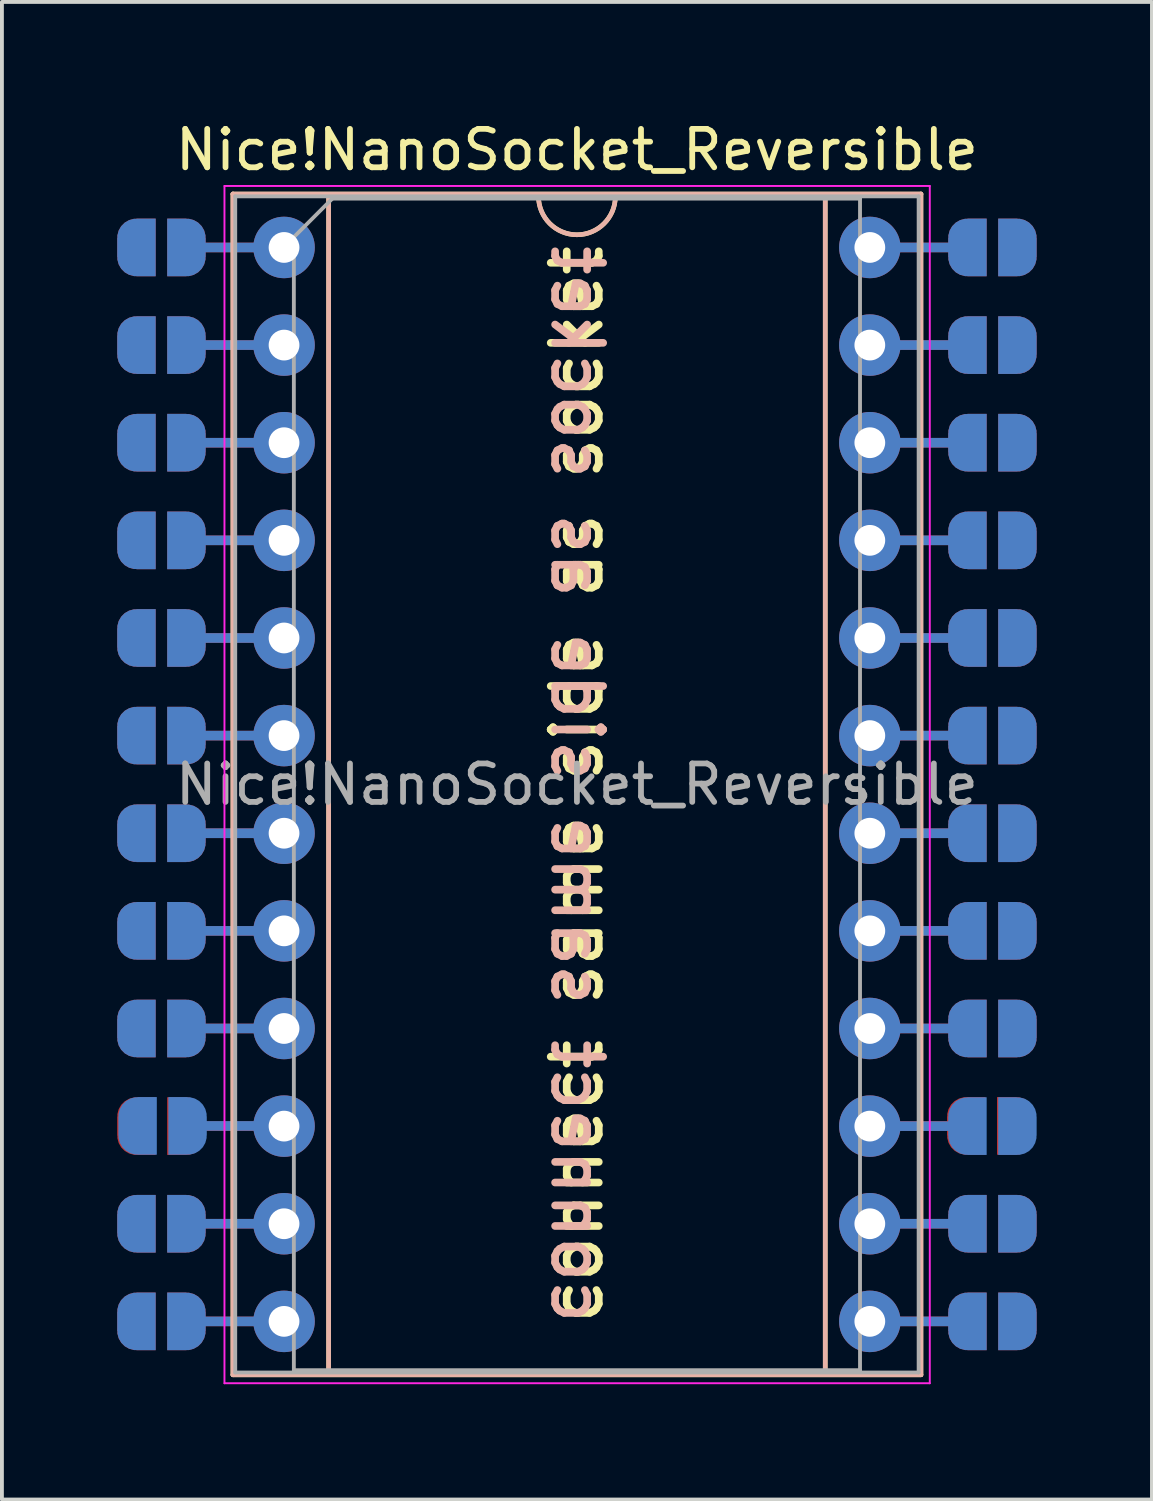
<source format=kicad_pcb>
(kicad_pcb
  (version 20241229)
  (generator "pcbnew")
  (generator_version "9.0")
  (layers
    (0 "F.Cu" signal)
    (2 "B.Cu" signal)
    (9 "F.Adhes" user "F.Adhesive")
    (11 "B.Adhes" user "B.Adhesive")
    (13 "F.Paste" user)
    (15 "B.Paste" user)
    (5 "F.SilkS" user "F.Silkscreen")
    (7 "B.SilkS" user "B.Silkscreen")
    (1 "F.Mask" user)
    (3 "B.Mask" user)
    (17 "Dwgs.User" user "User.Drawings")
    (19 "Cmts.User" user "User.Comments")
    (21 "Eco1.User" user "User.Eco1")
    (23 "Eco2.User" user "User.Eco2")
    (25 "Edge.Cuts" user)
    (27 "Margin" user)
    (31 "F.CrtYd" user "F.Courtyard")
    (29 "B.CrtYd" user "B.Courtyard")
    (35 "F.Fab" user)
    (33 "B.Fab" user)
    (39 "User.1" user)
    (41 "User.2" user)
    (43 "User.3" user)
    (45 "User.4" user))
  (footprint "Nice!NanoSocket_Reversible"
    (layer "F.Cu")
    (at 11.96 17.358)
    (property "Reference" "Nice!NanoSocket_Reversible" (at 0 -16.51 0) (unlocked yes) (layer "F.SilkS") (effects (font (size 1 1) (thickness 0.15))))
    (attr through_hole)
    (fp_line (start -8.95 -15.36) (end -8.95 15.36) (stroke (width 0.12) (type solid)) (layer "F.SilkS"))
    (fp_line (start -8.95 15.36) (end 8.95 15.36) (stroke (width 0.12) (type solid)) (layer "F.SilkS"))
    (fp_line (start -6.46 -15.3) (end -6.46 15.3) (stroke (width 0.12) (type solid)) (layer "F.SilkS"))
    (fp_line (start -6.46 15.3) (end 6.46 15.3) (stroke (width 0.12) (type solid)) (layer "F.SilkS"))
    (fp_line (start -1 -15.3) (end -6.46 -15.3) (stroke (width 0.12) (type solid)) (layer "F.SilkS"))
    (fp_line (start 6.46 -15.3) (end 1 -15.3) (stroke (width 0.12) (type solid)) (layer "F.SilkS"))
    (fp_line (start 6.46 15.3) (end 6.46 -15.3) (stroke (width 0.12) (type solid)) (layer "F.SilkS"))
    (fp_line (start 8.95 -15.36) (end -8.95 -15.36) (stroke (width 0.12) (type solid)) (layer "F.SilkS"))
    (fp_line (start 8.95 15.36) (end 8.95 -15.36) (stroke (width 0.12) (type solid)) (layer "F.SilkS"))
    (fp_arc (start 1 -15.3) (mid 0 -14.3) (end -1 -15.3) (stroke (width 0.12) (type solid)) (layer "F.SilkS"))
    (fp_line (start -8.95 -15.36) (end 8.95 -15.36) (stroke (width 0.12) (type solid)) (layer "B.SilkS"))
    (fp_line (start -8.95 15.36) (end -8.95 -15.36) (stroke (width 0.12) (type solid)) (layer "B.SilkS"))
    (fp_line (start -6.46 -15.3) (end -1 -15.3) (stroke (width 0.12) (type solid)) (layer "B.SilkS"))
    (fp_line (start -6.46 15.3) (end -6.46 -15.3) (stroke (width 0.12) (type solid)) (layer "B.SilkS"))
    (fp_line (start 1 -15.3) (end 6.46 -15.3) (stroke (width 0.12) (type solid)) (layer "B.SilkS"))
    (fp_line (start 6.46 -15.3) (end 6.46 15.3) (stroke (width 0.12) (type solid)) (layer "B.SilkS"))
    (fp_line (start 6.46 15.3) (end -6.46 15.3) (stroke (width 0.12) (type solid)) (layer "B.SilkS"))
    (fp_line (start 8.95 -15.36) (end 8.95 15.36) (stroke (width 0.12) (type solid)) (layer "B.SilkS"))
    (fp_line (start 8.95 15.36) (end -8.95 15.36) (stroke (width 0.12) (type solid)) (layer "B.SilkS"))
    (fp_arc (start 1 -15.3) (mid 0 -14.3) (end -1 -15.3) (stroke (width 0.12) (type solid)) (layer "B.SilkS"))
    (fp_line (start -9.17 -15.57) (end -9.17 15.58) (stroke (width 0.05) (type solid)) (layer "F.CrtYd"))
    (fp_line (start -9.17 15.58) (end 9.18 15.58) (stroke (width 0.05) (type solid)) (layer "F.CrtYd"))
    (fp_line (start 9.18 -15.57) (end -9.17 -15.57) (stroke (width 0.05) (type solid)) (layer "F.CrtYd"))
    (fp_line (start 9.18 15.58) (end 9.18 -15.57) (stroke (width 0.05) (type solid)) (layer "F.CrtYd"))
    (fp_line (start -8.89 -15.3) (end -8.89 15.3) (stroke (width 0.1) (type solid)) (layer "F.Fab"))
    (fp_line (start -8.89 15.3) (end 8.89 15.3) (stroke (width 0.1) (type solid)) (layer "F.Fab"))
    (fp_line (start -7.365 -14.24) (end -6.365 -15.24) (stroke (width 0.1) (type solid)) (layer "F.Fab"))
    (fp_line (start -7.365 15.24) (end -7.365 -14.24) (stroke (width 0.1) (type solid)) (layer "F.Fab"))
    (fp_line (start -6.365 -15.24) (end 7.365 -15.24) (stroke (width 0.1) (type solid)) (layer "F.Fab"))
    (fp_line (start 7.365 -15.24) (end 7.365 15.24) (stroke (width 0.1) (type solid)) (layer "F.Fab"))
    (fp_line (start 7.365 15.24) (end -7.365 15.24) (stroke (width 0.1) (type solid)) (layer "F.Fab"))
    (fp_line (start 8.89 -15.3) (end -8.89 -15.3) (stroke (width 0.1) (type solid)) (layer "F.Fab"))
    (fp_line (start 8.89 15.3) (end 8.89 -15.3) (stroke (width 0.1) (type solid)) (layer "F.Fab"))
    (fp_text user "connect same side as socket" (at 0 0 90) (unlocked yes) (layer "F.SilkS") (effects (font (size 1.25 1.25) (thickness 0.2))))
    (fp_text user "connect same side as socket" (at 0 0 270) (unlocked yes) (layer "B.SilkS") (effects (font (size 1.25 1.25) (thickness 0.2)) (justify mirror)))
    (fp_text user "${REFERENCE}" (at 0 0 0) (layer "F.Fab") (effects (font (size 1 1) (thickness 0.15))))
    (pad "" smd custom (at -10.16 -13.97 180) (size 1 0.5) (layers "F.Cu" "F.Mask") (options (anchor rect)) (primitives (gr_circle (center 0 0.25) (end 0.5 0.25) (width 0) (fill yes)) (gr_circle (center 0 -0.25) (end 0.5 -0.25) (width 0) (fill yes)) (gr_poly (pts (xy 0.5 0.75) (xy 0 0.75) (xy 0 -0.75) (xy 0.5 -0.75)) (width 0) (fill yes)) (gr_line (start -2.54 0) (end 0 0) (width 0.25))))
    (pad "" smd custom (at -10.16 -13.97) (size 1 0.5) (layers "B.Cu" "B.Mask") (options (anchor rect)) (primitives (gr_circle (center 0 0.25) (end 0.5 0.25) (width 0) (fill yes)) (gr_circle (center 0 -0.25) (end 0.5 -0.25) (width 0) (fill yes)) (gr_poly (pts (xy -0.5 0.75) (xy 0 0.75) (xy 0 -0.75) (xy -0.5 -0.75)) (width 0) (fill yes)) (gr_line (start 2.54 0) (end 0 0) (width 0.25))))
    (pad "" smd custom (at -10.16 -11.43 180) (size 1 0.5) (layers "F.Cu" "F.Mask") (options (anchor rect)) (primitives (gr_circle (center 0 0.25) (end 0.5 0.25) (width 0) (fill yes)) (gr_circle (center 0 -0.25) (end 0.5 -0.25) (width 0) (fill yes)) (gr_poly (pts (xy 0.5 0.75) (xy 0 0.75) (xy 0 -0.75) (xy 0.5 -0.75)) (width 0) (fill yes)) (gr_line (start -2.54 0) (end 0 0) (width 0.25))))
    (pad "" smd custom (at -10.16 -11.43) (size 1 0.5) (layers "B.Cu" "B.Mask") (options (anchor rect)) (primitives (gr_circle (center 0 0.25) (end 0.5 0.25) (width 0) (fill yes)) (gr_circle (center 0 -0.25) (end 0.5 -0.25) (width 0) (fill yes)) (gr_poly (pts (xy -0.5 0.75) (xy 0 0.75) (xy 0 -0.75) (xy -0.5 -0.75)) (width 0) (fill yes)) (gr_line (start 2.54 0) (end 0 0) (width 0.25))))
    (pad "" smd custom (at -10.16 -8.89 180) (size 1 0.5) (layers "F.Cu" "F.Mask") (options (anchor rect)) (primitives (gr_circle (center 0 0.25) (end 0.5 0.25) (width 0) (fill yes)) (gr_circle (center 0 -0.25) (end 0.5 -0.25) (width 0) (fill yes)) (gr_poly (pts (xy 0.5 0.75) (xy 0 0.75) (xy 0 -0.75) (xy 0.5 -0.75)) (width 0) (fill yes)) (gr_line (start -2.54 0) (end 0 0) (width 0.25))))
    (pad "" smd custom (at -10.16 -8.89) (size 1 0.5) (layers "B.Cu" "B.Mask") (options (anchor rect)) (primitives (gr_circle (center 0 0.25) (end 0.5 0.25) (width 0) (fill yes)) (gr_circle (center 0 -0.25) (end 0.5 -0.25) (width 0) (fill yes)) (gr_poly (pts (xy -0.5 0.75) (xy 0 0.75) (xy 0 -0.75) (xy -0.5 -0.75)) (width 0) (fill yes)) (gr_line (start 2.54 0) (end 0 0) (width 0.25))))
    (pad "" smd custom (at -10.16 -6.35 180) (size 1 0.5) (layers "F.Cu" "F.Mask") (options (anchor rect)) (primitives (gr_circle (center 0 0.25) (end 0.5 0.25) (width 0) (fill yes)) (gr_circle (center 0 -0.25) (end 0.5 -0.25) (width 0) (fill yes)) (gr_poly (pts (xy 0.5 0.75) (xy 0 0.75) (xy 0 -0.75) (xy 0.5 -0.75)) (width 0) (fill yes)) (gr_line (start -2.54 0) (end 0 0) (width 0.25))))
    (pad "" smd custom (at -10.16 -6.35) (size 1 0.5) (layers "B.Cu" "B.Mask") (options (anchor rect)) (primitives (gr_circle (center 0 0.25) (end 0.5 0.25) (width 0) (fill yes)) (gr_circle (center 0 -0.25) (end 0.5 -0.25) (width 0) (fill yes)) (gr_poly (pts (xy -0.5 0.75) (xy 0 0.75) (xy 0 -0.75) (xy -0.5 -0.75)) (width 0) (fill yes)) (gr_line (start 2.54 0) (end 0 0) (width 0.25))))
    (pad "" smd custom (at -10.16 -3.81 180) (size 1 0.5) (layers "F.Cu" "F.Mask") (options (anchor rect)) (primitives (gr_circle (center 0 0.25) (end 0.5 0.25) (width 0) (fill yes)) (gr_circle (center 0 -0.25) (end 0.5 -0.25) (width 0) (fill yes)) (gr_poly (pts (xy 0.5 0.75) (xy 0 0.75) (xy 0 -0.75) (xy 0.5 -0.75)) (width 0) (fill yes)) (gr_line (start -2.54 0) (end 0 0) (width 0.25))))
    (pad "" smd custom (at -10.16 -3.81) (size 1 0.5) (layers "B.Cu" "B.Mask") (options (anchor rect)) (primitives (gr_circle (center 0 0.25) (end 0.5 0.25) (width 0) (fill yes)) (gr_circle (center 0 -0.25) (end 0.5 -0.25) (width 0) (fill yes)) (gr_poly (pts (xy -0.5 0.75) (xy 0 0.75) (xy 0 -0.75) (xy -0.5 -0.75)) (width 0) (fill yes)) (gr_line (start 2.54 0) (end 0 0) (width 0.25))))
    (pad "" smd custom (at -10.16 -1.27 180) (size 1 0.5) (layers "F.Cu" "F.Mask") (options (anchor rect)) (primitives (gr_circle (center 0 0.25) (end 0.5 0.25) (width 0) (fill yes)) (gr_circle (center 0 -0.25) (end 0.5 -0.25) (width 0) (fill yes)) (gr_poly (pts (xy 0.5 0.75) (xy 0 0.75) (xy 0 -0.75) (xy 0.5 -0.75)) (width 0) (fill yes)) (gr_line (start -2.54 0) (end 0 0) (width 0.25))))
    (pad "" smd custom (at -10.16 -1.27) (size 1 0.5) (layers "B.Cu" "B.Mask") (options (anchor rect)) (primitives (gr_circle (center 0 0.25) (end 0.5 0.25) (width 0) (fill yes)) (gr_circle (center 0 -0.25) (end 0.5 -0.25) (width 0) (fill yes)) (gr_poly (pts (xy -0.5 0.75) (xy 0 0.75) (xy 0 -0.75) (xy -0.5 -0.75)) (width 0) (fill yes)) (gr_line (start 2.54 0) (end 0 0) (width 0.25))))
    (pad "" smd custom (at -10.16 1.27 180) (size 1 0.5) (layers "F.Cu" "F.Mask") (options (anchor rect)) (primitives (gr_circle (center 0 0.25) (end 0.5 0.25) (width 0) (fill yes)) (gr_circle (center 0 -0.25) (end 0.5 -0.25) (width 0) (fill yes)) (gr_poly (pts (xy 0.5 0.75) (xy 0 0.75) (xy 0 -0.75) (xy 0.5 -0.75)) (width 0) (fill yes)) (gr_line (start -2.54 0) (end 0 0) (width 0.25))))
    (pad "" smd custom (at -10.16 1.27) (size 1 0.5) (layers "B.Cu" "B.Mask") (options (anchor rect)) (primitives (gr_circle (center 0 0.25) (end 0.5 0.25) (width 0) (fill yes)) (gr_circle (center 0 -0.25) (end 0.5 -0.25) (width 0) (fill yes)) (gr_poly (pts (xy -0.5 0.75) (xy 0 0.75) (xy 0 -0.75) (xy -0.5 -0.75)) (width 0) (fill yes)) (gr_line (start 2.54 0) (end 0 0) (width 0.25))))
    (pad "" smd custom (at -10.16 3.81 180) (size 1 0.5) (layers "F.Cu" "F.Mask") (options (anchor rect)) (primitives (gr_circle (center 0 0.25) (end 0.5 0.25) (width 0) (fill yes)) (gr_circle (center 0 -0.25) (end 0.5 -0.25) (width 0) (fill yes)) (gr_poly (pts (xy 0.5 0.75) (xy 0 0.75) (xy 0 -0.75) (xy 0.5 -0.75)) (width 0) (fill yes)) (gr_line (start -2.54 0) (end 0 0) (width 0.25))))
    (pad "" smd custom (at -10.16 3.81) (size 1 0.5) (layers "B.Cu" "B.Mask") (options (anchor rect)) (primitives (gr_circle (center 0 0.25) (end 0.5 0.25) (width 0) (fill yes)) (gr_circle (center 0 -0.25) (end 0.5 -0.25) (width 0) (fill yes)) (gr_poly (pts (xy -0.5 0.75) (xy 0 0.75) (xy 0 -0.75) (xy -0.5 -0.75)) (width 0) (fill yes)) (gr_line (start 2.54 0) (end 0 0) (width 0.25))))
    (pad "" smd custom (at -10.16 6.35 180) (size 1 0.5) (layers "F.Cu" "F.Mask") (options (anchor rect)) (primitives (gr_circle (center 0 0.25) (end 0.5 0.25) (width 0) (fill yes)) (gr_circle (center 0 -0.25) (end 0.5 -0.25) (width 0) (fill yes)) (gr_poly (pts (xy 0.5 0.75) (xy 0 0.75) (xy 0 -0.75) (xy 0.5 -0.75)) (width 0) (fill yes)) (gr_line (start -2.54 0) (end 0 0) (width 0.25))))
    (pad "" smd custom (at -10.16 6.35) (size 1 0.5) (layers "B.Cu" "B.Mask") (options (anchor rect)) (primitives (gr_circle (center 0 0.25) (end 0.5 0.25) (width 0) (fill yes)) (gr_circle (center 0 -0.25) (end 0.5 -0.25) (width 0) (fill yes)) (gr_poly (pts (xy -0.5 0.75) (xy 0 0.75) (xy 0 -0.75) (xy -0.5 -0.75)) (width 0) (fill yes)) (gr_line (start 2.54 0) (end 0 0) (width 0.25))))
    (pad "" smd custom (at -10.16 8.89 180) (size 1 0.5) (layers "F.Cu" "F.Mask") (options (anchor rect)) (primitives (gr_circle (center 0 0.25) (end 0.5 0.25) (width 0) (fill yes)) (gr_circle (center 0 -0.25) (end 0.5 -0.25) (width 0) (fill yes)) (gr_poly (pts (xy 0.5 0.75) (xy 0 0.75) (xy 0 -0.75) (xy 0.5 -0.75)) (width 0) (fill yes)) (gr_line (start -2.54 0) (end 0 0) (width 0.25))))
    (pad "" smd custom (at -10.16 11.43 180) (size 1 0.5) (layers "F.Cu" "F.Mask") (options (anchor rect)) (primitives (gr_circle (center 0 0.25) (end 0.5 0.25) (width 0) (fill yes)) (gr_circle (center 0 -0.25) (end 0.5 -0.25) (width 0) (fill yes)) (gr_poly (pts (xy 0.5 0.75) (xy 0 0.75) (xy 0 -0.75) (xy 0.5 -0.75)) (width 0) (fill yes)) (gr_line (start -2.54 0) (end 0 0) (width 0.25))))
    (pad "" smd custom (at -10.16 11.43) (size 1 0.5) (layers "B.Cu" "B.Mask") (options (anchor rect)) (primitives (gr_circle (center 0 0.25) (end 0.5 0.25) (width 0) (fill yes)) (gr_circle (center 0 -0.25) (end 0.5 -0.25) (width 0) (fill yes)) (gr_poly (pts (xy -0.5 0.75) (xy 0 0.75) (xy 0 -0.75) (xy -0.5 -0.75)) (width 0) (fill yes)) (gr_line (start 2.54 0) (end 0 0) (width 0.25))))
    (pad "" smd custom (at -10.16 13.97 180) (size 1 0.5) (layers "F.Cu" "F.Mask") (options (anchor rect)) (primitives (gr_circle (center 0 0.25) (end 0.5 0.25) (width 0) (fill yes)) (gr_circle (center 0 -0.25) (end 0.5 -0.25) (width 0) (fill yes)) (gr_poly (pts (xy 0.5 0.75) (xy 0 0.75) (xy 0 -0.75) (xy 0.5 -0.75)) (width 0) (fill yes)) (gr_line (start -2.54 0) (end 0 0) (width 0.25))))
    (pad "" smd custom (at -10.16 13.97) (size 1 0.5) (layers "B.Cu" "B.Mask") (options (anchor rect)) (primitives (gr_circle (center 0 0.25) (end 0.5 0.25) (width 0) (fill yes)) (gr_circle (center 0 -0.25) (end 0.5 -0.25) (width 0) (fill yes)) (gr_poly (pts (xy -0.5 0.75) (xy 0 0.75) (xy 0 -0.75) (xy -0.5 -0.75)) (width 0) (fill yes)) (gr_line (start 2.54 0) (end 0 0) (width 0.25))))
    (pad "" smd custom (at -10.13 8.885) (size 1 0.5) (layers "B.Cu" "B.Mask") (options (anchor rect)) (primitives (gr_circle (center 0 0.25) (end 0.5 0.25) (width 0) (fill yes)) (gr_circle (center 0 -0.25) (end 0.5 -0.25) (width 0) (fill yes)) (gr_poly (pts (xy -0.5 0.75) (xy 0 0.75) (xy 0 -0.75) (xy -0.5 -0.75)) (width 0) (fill yes)) (gr_line (start 2.54 0) (end 0 0) (width 0.25))))
    (pad "" thru_hole circle (at -7.62 -13.97) (size 1.6 1.6) (drill 0.8) (layers "*.Cu" "*.Mask"))
    (pad "" thru_hole oval (at -7.62 -11.43) (size 1.6 1.6) (drill 0.8) (layers "*.Cu" "*.Mask"))
    (pad "" thru_hole oval (at -7.62 -8.89) (size 1.6 1.6) (drill 0.8) (layers "*.Cu" "*.Mask"))
    (pad "" thru_hole oval (at -7.62 -6.35) (size 1.6 1.6) (drill 0.8) (layers "*.Cu" "*.Mask"))
    (pad "" thru_hole oval (at -7.62 -3.81) (size 1.6 1.6) (drill 0.8) (layers "*.Cu" "*.Mask"))
    (pad "" thru_hole oval (at -7.62 -1.27) (size 1.6 1.6) (drill 0.8) (layers "*.Cu" "*.Mask"))
    (pad "" thru_hole oval (at -7.62 1.27) (size 1.6 1.6) (drill 0.8) (layers "*.Cu" "*.Mask"))
    (pad "" thru_hole oval (at -7.62 3.81) (size 1.6 1.6) (drill 0.8) (layers "*.Cu" "*.Mask"))
    (pad "" thru_hole oval (at -7.62 6.35) (size 1.6 1.6) (drill 0.8) (layers "*.Cu" "*.Mask"))
    (pad "" thru_hole oval (at -7.62 8.89) (size 1.6 1.6) (drill 0.8) (layers "*.Cu" "*.Mask"))
    (pad "" thru_hole oval (at -7.62 11.43) (size 1.6 1.6) (drill 0.8) (layers "*.Cu" "*.Mask"))
    (pad "" thru_hole oval (at -7.62 13.97) (size 1.6 1.6) (drill 0.8) (layers "*.Cu" "*.Mask"))
    (pad "" thru_hole oval (at 7.62 -13.97) (size 1.6 1.6) (drill 0.8) (layers "*.Cu" "*.Mask"))
    (pad "" thru_hole oval (at 7.62 -11.43) (size 1.6 1.6) (drill 0.8) (layers "*.Cu" "*.Mask"))
    (pad "" thru_hole oval (at 7.62 -8.89) (size 1.6 1.6) (drill 0.8) (layers "*.Cu" "*.Mask"))
    (pad "" thru_hole oval (at 7.62 -6.35) (size 1.6 1.6) (drill 0.8) (layers "*.Cu" "*.Mask"))
    (pad "" thru_hole oval (at 7.62 -3.81) (size 1.6 1.6) (drill 0.8) (layers "*.Cu" "*.Mask"))
    (pad "" thru_hole oval (at 7.62 -1.27) (size 1.6 1.6) (drill 0.8) (layers "*.Cu" "*.Mask"))
    (pad "" thru_hole oval (at 7.62 1.27) (size 1.6 1.6) (drill 0.8) (layers "*.Cu" "*.Mask"))
    (pad "" thru_hole oval (at 7.62 3.81) (size 1.6 1.6) (drill 0.8) (layers "*.Cu" "*.Mask"))
    (pad "" thru_hole oval (at 7.62 6.35) (size 1.6 1.6) (drill 0.8) (layers "*.Cu" "*.Mask"))
    (pad "" thru_hole oval (at 7.62 8.89) (size 1.6 1.6) (drill 0.8) (layers "*.Cu" "*.Mask"))
    (pad "" thru_hole oval (at 7.62 11.43) (size 1.6 1.6) (drill 0.8) (layers "*.Cu" "*.Mask"))
    (pad "" thru_hole oval (at 7.62 13.97) (size 1.6 1.6) (drill 0.8) (layers "*.Cu" "*.Mask"))
    (pad "" smd custom (at 10.13 8.885) (size 1 0.5) (layers "F.Cu" "F.Mask") (options (anchor rect)) (primitives (gr_circle (center 0 0.25) (end 0.5 0.25) (width 0) (fill yes)) (gr_circle (center 0 -0.25) (end 0.5 -0.25) (width 0) (fill yes)) (gr_poly (pts (xy 0.5 0.75) (xy 0 0.75) (xy 0 -0.75) (xy 0.5 -0.75)) (width 0) (fill yes)) (gr_line (start 0 0) (end -2.54 0) (width 0.25))))
    (pad "" smd custom (at 10.16 -13.97) (size 1 0.5) (layers "F.Cu" "F.Mask") (options (anchor rect)) (primitives (gr_circle (center 0 0.25) (end 0.5 0.25) (width 0) (fill yes)) (gr_circle (center 0 -0.25) (end 0.5 -0.25) (width 0) (fill yes)) (gr_poly (pts (xy 0.5 0.75) (xy 0 0.75) (xy 0 -0.75) (xy 0.5 -0.75)) (width 0) (fill yes)) (gr_line (start 0 0) (end -2.54 0) (width 0.25))))
    (pad "" smd custom (at 10.16 -13.97 180) (size 1 0.5) (layers "B.Cu" "B.Mask") (options (anchor rect)) (primitives (gr_circle (center 0 0.25) (end 0.5 0.25) (width 0) (fill yes)) (gr_circle (center 0 -0.25) (end 0.5 -0.25) (width 0) (fill yes)) (gr_poly (pts (xy -0.5 0.75) (xy 0 0.75) (xy 0 -0.75) (xy -0.5 -0.75)) (width 0) (fill yes)) (gr_line (start 0 0) (end 2.54 0) (width 0.25))))
    (pad "" smd custom (at 10.16 -11.43) (size 1 0.5) (layers "F.Cu" "F.Mask") (options (anchor rect)) (primitives (gr_circle (center 0 0.25) (end 0.5 0.25) (width 0) (fill yes)) (gr_circle (center 0 -0.25) (end 0.5 -0.25) (width 0) (fill yes)) (gr_poly (pts (xy 0.5 0.75) (xy 0 0.75) (xy 0 -0.75) (xy 0.5 -0.75)) (width 0) (fill yes)) (gr_line (start 0 0) (end -2.54 0) (width 0.25))))
    (pad "" smd custom (at 10.16 -11.43 180) (size 1 0.5) (layers "B.Cu" "B.Mask") (options (anchor rect)) (primitives (gr_circle (center 0 0.25) (end 0.5 0.25) (width 0) (fill yes)) (gr_circle (center 0 -0.25) (end 0.5 -0.25) (width 0) (fill yes)) (gr_poly (pts (xy -0.5 0.75) (xy 0 0.75) (xy 0 -0.75) (xy -0.5 -0.75)) (width 0) (fill yes)) (gr_line (start 0 0) (end 2.54 0) (width 0.25))))
    (pad "" smd custom (at 10.16 -8.89) (size 1 0.5) (layers "F.Cu" "F.Mask") (options (anchor rect)) (primitives (gr_circle (center 0 0.25) (end 0.5 0.25) (width 0) (fill yes)) (gr_circle (center 0 -0.25) (end 0.5 -0.25) (width 0) (fill yes)) (gr_poly (pts (xy 0.5 0.75) (xy 0 0.75) (xy 0 -0.75) (xy 0.5 -0.75)) (width 0) (fill yes)) (gr_line (start 0 0) (end -2.54 0) (width 0.25))))
    (pad "" smd custom (at 10.16 -8.89 180) (size 1 0.5) (layers "B.Cu" "B.Mask") (options (anchor rect)) (primitives (gr_circle (center 0 0.25) (end 0.5 0.25) (width 0) (fill yes)) (gr_circle (center 0 -0.25) (end 0.5 -0.25) (width 0) (fill yes)) (gr_poly (pts (xy -0.5 0.75) (xy 0 0.75) (xy 0 -0.75) (xy -0.5 -0.75)) (width 0) (fill yes)) (gr_line (start 0 0) (end 2.54 0) (width 0.25))))
    (pad "" smd custom (at 10.16 -6.35) (size 1 0.5) (layers "F.Cu" "F.Mask") (options (anchor rect)) (primitives (gr_circle (center 0 0.25) (end 0.5 0.25) (width 0) (fill yes)) (gr_circle (center 0 -0.25) (end 0.5 -0.25) (width 0) (fill yes)) (gr_poly (pts (xy 0.5 0.75) (xy 0 0.75) (xy 0 -0.75) (xy 0.5 -0.75)) (width 0) (fill yes)) (gr_line (start 0 0) (end -2.54 0) (width 0.25))))
    (pad "" smd custom (at 10.16 -6.35 180) (size 1 0.5) (layers "B.Cu" "B.Mask") (options (anchor rect)) (primitives (gr_circle (center 0 0.25) (end 0.5 0.25) (width 0) (fill yes)) (gr_circle (center 0 -0.25) (end 0.5 -0.25) (width 0) (fill yes)) (gr_poly (pts (xy -0.5 0.75) (xy 0 0.75) (xy 0 -0.75) (xy -0.5 -0.75)) (width 0) (fill yes)) (gr_line (start 0 0) (end 2.54 0) (width 0.25))))
    (pad "" smd custom (at 10.16 -3.81) (size 1 0.5) (layers "F.Cu" "F.Mask") (options (anchor rect)) (primitives (gr_circle (center 0 0.25) (end 0.5 0.25) (width 0) (fill yes)) (gr_circle (center 0 -0.25) (end 0.5 -0.25) (width 0) (fill yes)) (gr_poly (pts (xy 0.5 0.75) (xy 0 0.75) (xy 0 -0.75) (xy 0.5 -0.75)) (width 0) (fill yes)) (gr_line (start 0 0) (end -2.54 0) (width 0.25))))
    (pad "" smd custom (at 10.16 -3.81 180) (size 1 0.5) (layers "B.Cu" "B.Mask") (options (anchor rect)) (primitives (gr_circle (center 0 0.25) (end 0.5 0.25) (width 0) (fill yes)) (gr_circle (center 0 -0.25) (end 0.5 -0.25) (width 0) (fill yes)) (gr_poly (pts (xy -0.5 0.75) (xy 0 0.75) (xy 0 -0.75) (xy -0.5 -0.75)) (width 0) (fill yes)) (gr_line (start 0 0) (end 2.54 0) (width 0.25))))
    (pad "" smd custom (at 10.16 -1.27) (size 1 0.5) (layers "F.Cu" "F.Mask") (options (anchor rect)) (primitives (gr_circle (center 0 0.25) (end 0.5 0.25) (width 0) (fill yes)) (gr_circle (center 0 -0.25) (end 0.5 -0.25) (width 0) (fill yes)) (gr_poly (pts (xy 0.5 0.75) (xy 0 0.75) (xy 0 -0.75) (xy 0.5 -0.75)) (width 0) (fill yes)) (gr_line (start 0 0) (end -2.54 0) (width 0.25))))
    (pad "" smd custom (at 10.16 -1.27 180) (size 1 0.5) (layers "B.Cu" "B.Mask") (options (anchor rect)) (primitives (gr_circle (center 0 0.25) (end 0.5 0.25) (width 0) (fill yes)) (gr_circle (center 0 -0.25) (end 0.5 -0.25) (width 0) (fill yes)) (gr_poly (pts (xy -0.5 0.75) (xy 0 0.75) (xy 0 -0.75) (xy -0.5 -0.75)) (width 0) (fill yes)) (gr_line (start 0 0) (end 2.54 0) (width 0.25))))
    (pad "" smd custom (at 10.16 1.27) (size 1 0.5) (layers "F.Cu" "F.Mask") (options (anchor rect)) (primitives (gr_circle (center 0 0.25) (end 0.5 0.25) (width 0) (fill yes)) (gr_circle (center 0 -0.25) (end 0.5 -0.25) (width 0) (fill yes)) (gr_poly (pts (xy 0.5 0.75) (xy 0 0.75) (xy 0 -0.75) (xy 0.5 -0.75)) (width 0) (fill yes)) (gr_line (start 0 0) (end -2.54 0) (width 0.25))))
    (pad "" smd custom (at 10.16 1.27 180) (size 1 0.5) (layers "B.Cu" "B.Mask") (options (anchor rect)) (primitives (gr_circle (center 0 0.25) (end 0.5 0.25) (width 0) (fill yes)) (gr_circle (center 0 -0.25) (end 0.5 -0.25) (width 0) (fill yes)) (gr_poly (pts (xy -0.5 0.75) (xy 0 0.75) (xy 0 -0.75) (xy -0.5 -0.75)) (width 0) (fill yes)) (gr_line (start 0 0) (end 2.54 0) (width 0.25))))
    (pad "" smd custom (at 10.16 3.81) (size 1 0.5) (layers "F.Cu" "F.Mask") (options (anchor rect)) (primitives (gr_circle (center 0 0.25) (end 0.5 0.25) (width 0) (fill yes)) (gr_circle (center 0 -0.25) (end 0.5 -0.25) (width 0) (fill yes)) (gr_poly (pts (xy 0.5 0.75) (xy 0 0.75) (xy 0 -0.75) (xy 0.5 -0.75)) (width 0) (fill yes)) (gr_line (start 0 0) (end -2.54 0) (width 0.25))))
    (pad "" smd custom (at 10.16 3.81 180) (size 1 0.5) (layers "B.Cu" "B.Mask") (options (anchor rect)) (primitives (gr_circle (center 0 0.25) (end 0.5 0.25) (width 0) (fill yes)) (gr_circle (center 0 -0.25) (end 0.5 -0.25) (width 0) (fill yes)) (gr_poly (pts (xy -0.5 0.75) (xy 0 0.75) (xy 0 -0.75) (xy -0.5 -0.75)) (width 0) (fill yes)) (gr_line (start 0 0) (end 2.54 0) (width 0.25))))
    (pad "" smd custom (at 10.16 6.35) (size 1 0.5) (layers "F.Cu" "F.Mask") (options (anchor rect)) (primitives (gr_circle (center 0 0.25) (end 0.5 0.25) (width 0) (fill yes)) (gr_circle (center 0 -0.25) (end 0.5 -0.25) (width 0) (fill yes)) (gr_poly (pts (xy 0.5 0.75) (xy 0 0.75) (xy 0 -0.75) (xy 0.5 -0.75)) (width 0) (fill yes)) (gr_line (start 0 0) (end -2.54 0) (width 0.25))))
    (pad "" smd custom (at 10.16 6.35 180) (size 1 0.5) (layers "B.Cu" "B.Mask") (options (anchor rect)) (primitives (gr_circle (center 0 0.25) (end 0.5 0.25) (width 0) (fill yes)) (gr_circle (center 0 -0.25) (end 0.5 -0.25) (width 0) (fill yes)) (gr_poly (pts (xy -0.5 0.75) (xy 0 0.75) (xy 0 -0.75) (xy -0.5 -0.75)) (width 0) (fill yes)) (gr_line (start 0 0) (end 2.54 0) (width 0.25))))
    (pad "" smd custom (at 10.16 8.89 180) (size 1 0.5) (layers "B.Cu" "B.Mask") (options (anchor rect)) (primitives (gr_circle (center 0 0.25) (end 0.5 0.25) (width 0) (fill yes)) (gr_circle (center 0 -0.25) (end 0.5 -0.25) (width 0) (fill yes)) (gr_poly (pts (xy -0.5 0.75) (xy 0 0.75) (xy 0 -0.75) (xy -0.5 -0.75)) (width 0) (fill yes)) (gr_line (start 0 0) (end 2.54 0) (width 0.25))))
    (pad "" smd custom (at 10.16 11.43) (size 1 0.5) (layers "F.Cu" "F.Mask") (options (anchor rect)) (primitives (gr_circle (center 0 0.25) (end 0.5 0.25) (width 0) (fill yes)) (gr_circle (center 0 -0.25) (end 0.5 -0.25) (width 0) (fill yes)) (gr_poly (pts (xy 0.5 0.75) (xy 0 0.75) (xy 0 -0.75) (xy 0.5 -0.75)) (width 0) (fill yes)) (gr_line (start 0 0) (end -2.54 0) (width 0.25))))
    (pad "" smd custom (at 10.16 11.43 180) (size 1 0.5) (layers "B.Cu" "B.Mask") (options (anchor rect)) (primitives (gr_circle (center 0 0.25) (end 0.5 0.25) (width 0) (fill yes)) (gr_circle (center 0 -0.25) (end 0.5 -0.25) (width 0) (fill yes)) (gr_poly (pts (xy -0.5 0.75) (xy 0 0.75) (xy 0 -0.75) (xy -0.5 -0.75)) (width 0) (fill yes)) (gr_line (start 0 0) (end 2.54 0) (width 0.25))))
    (pad "" smd custom (at 10.16 13.97) (size 1 0.5) (layers "F.Cu" "F.Mask") (options (anchor rect)) (primitives (gr_circle (center 0 0.25) (end 0.5 0.25) (width 0) (fill yes)) (gr_circle (center 0 -0.25) (end 0.5 -0.25) (width 0) (fill yes)) (gr_poly (pts (xy 0.5 0.75) (xy 0 0.75) (xy 0 -0.75) (xy 0.5 -0.75)) (width 0) (fill yes)) (gr_line (start 0 0) (end -2.54 0) (width 0.25))))
    (pad "" smd custom (at 10.16 13.97 180) (size 1 0.5) (layers "B.Cu" "B.Mask") (options (anchor rect)) (primitives (gr_circle (center 0 0.25) (end 0.5 0.25) (width 0) (fill yes)) (gr_circle (center 0 -0.25) (end 0.5 -0.25) (width 0) (fill yes)) (gr_poly (pts (xy -0.5 0.75) (xy 0 0.75) (xy 0 -0.75) (xy -0.5 -0.75)) (width 0) (fill yes)) (gr_line (start 0 0) (end 2.54 0) (width 0.25))))
    (pad "1" smd custom (at -11.46 -13.97 180) (size 1 0.5) (layers "F.Cu" "F.Mask") (options (anchor rect)) (primitives (gr_circle (center 0 0.25) (end 0.5 0.25) (width 0) (fill yes)) (gr_circle (center 0 -0.25) (end 0.5 -0.25) (width 0) (fill yes)) (gr_poly (pts (xy 0 0.75) (xy -0.5 0.75) (xy -0.5 -0.75) (xy 0 -0.75)) (width 0) (fill yes))))
    (pad "1" smd custom (at 11.46 -13.97 180) (size 1 0.5) (layers "B.Cu" "B.Mask") (options (anchor rect)) (primitives (gr_circle (center 0 0.25) (end 0.5 0.25) (width 0) (fill yes)) (gr_circle (center 0 -0.25) (end 0.5 -0.25) (width 0) (fill yes)) (gr_poly (pts (xy 0 0.75) (xy 0.5 0.75) (xy 0.5 -0.75) (xy 0 -0.75)) (width 0) (fill yes))))
    (pad "2" smd custom (at -11.46 -11.43 180) (size 1 0.5) (layers "F.Cu" "F.Mask") (options (anchor rect)) (primitives (gr_circle (center 0 0.25) (end 0.5 0.25) (width 0) (fill yes)) (gr_circle (center 0 -0.25) (end 0.5 -0.25) (width 0) (fill yes)) (gr_poly (pts (xy 0 0.75) (xy -0.5 0.75) (xy -0.5 -0.75) (xy 0 -0.75)) (width 0) (fill yes))))
    (pad "2" smd custom (at 11.46 -11.43 180) (size 1 0.5) (layers "B.Cu" "B.Mask") (options (anchor rect)) (primitives (gr_circle (center 0 0.25) (end 0.5 0.25) (width 0) (fill yes)) (gr_circle (center 0 -0.25) (end 0.5 -0.25) (width 0) (fill yes)) (gr_poly (pts (xy 0 0.75) (xy 0.5 0.75) (xy 0.5 -0.75) (xy 0 -0.75)) (width 0) (fill yes))))
    (pad "3" smd custom (at -11.46 -8.89 180) (size 1 0.5) (layers "F.Cu" "F.Mask") (options (anchor rect)) (primitives (gr_circle (center 0 0.25) (end 0.5 0.25) (width 0) (fill yes)) (gr_circle (center 0 -0.25) (end 0.5 -0.25) (width 0) (fill yes)) (gr_poly (pts (xy 0 0.75) (xy -0.5 0.75) (xy -0.5 -0.75) (xy 0 -0.75)) (width 0) (fill yes))))
    (pad "3" smd custom (at 11.46 -8.89 180) (size 1 0.5) (layers "B.Cu" "B.Mask") (options (anchor rect)) (primitives (gr_circle (center 0 0.25) (end 0.5 0.25) (width 0) (fill yes)) (gr_circle (center 0 -0.25) (end 0.5 -0.25) (width 0) (fill yes)) (gr_poly (pts (xy 0 0.75) (xy 0.5 0.75) (xy 0.5 -0.75) (xy 0 -0.75)) (width 0) (fill yes))))
    (pad "4" smd custom (at -11.46 -6.35 180) (size 1 0.5) (layers "F.Cu" "F.Mask") (options (anchor rect)) (primitives (gr_circle (center 0 0.25) (end 0.5 0.25) (width 0) (fill yes)) (gr_circle (center 0 -0.25) (end 0.5 -0.25) (width 0) (fill yes)) (gr_poly (pts (xy 0 0.75) (xy -0.5 0.75) (xy -0.5 -0.75) (xy 0 -0.75)) (width 0) (fill yes))))
    (pad "4" smd custom (at 11.46 -6.35 180) (size 1 0.5) (layers "B.Cu" "B.Mask") (options (anchor rect)) (primitives (gr_circle (center 0 0.25) (end 0.5 0.25) (width 0) (fill yes)) (gr_circle (center 0 -0.25) (end 0.5 -0.25) (width 0) (fill yes)) (gr_poly (pts (xy 0 0.75) (xy 0.5 0.75) (xy 0.5 -0.75) (xy 0 -0.75)) (width 0) (fill yes))))
    (pad "5" smd custom (at -11.46 -3.81 180) (size 1 0.5) (layers "F.Cu" "F.Mask") (options (anchor rect)) (primitives (gr_circle (center 0 0.25) (end 0.5 0.25) (width 0) (fill yes)) (gr_circle (center 0 -0.25) (end 0.5 -0.25) (width 0) (fill yes)) (gr_poly (pts (xy 0 0.75) (xy -0.5 0.75) (xy -0.5 -0.75) (xy 0 -0.75)) (width 0) (fill yes))))
    (pad "5" smd custom (at 11.46 -3.81 180) (size 1 0.5) (layers "B.Cu" "B.Mask") (options (anchor rect)) (primitives (gr_circle (center 0 0.25) (end 0.5 0.25) (width 0) (fill yes)) (gr_circle (center 0 -0.25) (end 0.5 -0.25) (width 0) (fill yes)) (gr_poly (pts (xy 0 0.75) (xy 0.5 0.75) (xy 0.5 -0.75) (xy 0 -0.75)) (width 0) (fill yes))))
    (pad "6" smd custom (at -11.46 -1.27 180) (size 1 0.5) (layers "F.Cu" "F.Mask") (options (anchor rect)) (primitives (gr_circle (center 0 0.25) (end 0.5 0.25) (width 0) (fill yes)) (gr_circle (center 0 -0.25) (end 0.5 -0.25) (width 0) (fill yes)) (gr_poly (pts (xy 0 0.75) (xy -0.5 0.75) (xy -0.5 -0.75) (xy 0 -0.75)) (width 0) (fill yes))))
    (pad "6" smd custom (at 11.46 -1.27 180) (size 1 0.5) (layers "B.Cu" "B.Mask") (options (anchor rect)) (primitives (gr_circle (center 0 0.25) (end 0.5 0.25) (width 0) (fill yes)) (gr_circle (center 0 -0.25) (end 0.5 -0.25) (width 0) (fill yes)) (gr_poly (pts (xy 0 0.75) (xy 0.5 0.75) (xy 0.5 -0.75) (xy 0 -0.75)) (width 0) (fill yes))))
    (pad "7" smd custom (at -11.46 1.27 180) (size 1 0.5) (layers "F.Cu" "F.Mask") (options (anchor rect)) (primitives (gr_circle (center 0 0.25) (end 0.5 0.25) (width 0) (fill yes)) (gr_circle (center 0 -0.25) (end 0.5 -0.25) (width 0) (fill yes)) (gr_poly (pts (xy 0 0.75) (xy -0.5 0.75) (xy -0.5 -0.75) (xy 0 -0.75)) (width 0) (fill yes))))
    (pad "7" smd custom (at 11.46 1.27 180) (size 1 0.5) (layers "B.Cu" "B.Mask") (options (anchor rect)) (primitives (gr_circle (center 0 0.25) (end 0.5 0.25) (width 0) (fill yes)) (gr_circle (center 0 -0.25) (end 0.5 -0.25) (width 0) (fill yes)) (gr_poly (pts (xy 0 0.75) (xy 0.5 0.75) (xy 0.5 -0.75) (xy 0 -0.75)) (width 0) (fill yes))))
    (pad "8" smd custom (at -11.46 3.81 180) (size 1 0.5) (layers "F.Cu" "F.Mask") (options (anchor rect)) (primitives (gr_circle (center 0 0.25) (end 0.5 0.25) (width 0) (fill yes)) (gr_circle (center 0 -0.25) (end 0.5 -0.25) (width 0) (fill yes)) (gr_poly (pts (xy 0 0.75) (xy -0.5 0.75) (xy -0.5 -0.75) (xy 0 -0.75)) (width 0) (fill yes))))
    (pad "8" smd custom (at 11.46 3.81 180) (size 1 0.5) (layers "B.Cu" "B.Mask") (options (anchor rect)) (primitives (gr_circle (center 0 0.25) (end 0.5 0.25) (width 0) (fill yes)) (gr_circle (center 0 -0.25) (end 0.5 -0.25) (width 0) (fill yes)) (gr_poly (pts (xy 0 0.75) (xy 0.5 0.75) (xy 0.5 -0.75) (xy 0 -0.75)) (width 0) (fill yes))))
    (pad "9" smd custom (at -11.46 6.35 180) (size 1 0.5) (layers "F.Cu" "F.Mask") (options (anchor rect)) (primitives (gr_circle (center 0 0.25) (end 0.5 0.25) (width 0) (fill yes)) (gr_circle (center 0 -0.25) (end 0.5 -0.25) (width 0) (fill yes)) (gr_poly (pts (xy 0 0.75) (xy -0.5 0.75) (xy -0.5 -0.75) (xy 0 -0.75)) (width 0) (fill yes))))
    (pad "9" smd custom (at 11.46 6.35 180) (size 1 0.5) (layers "B.Cu" "B.Mask") (options (anchor rect)) (primitives (gr_circle (center 0 0.25) (end 0.5 0.25) (width 0) (fill yes)) (gr_circle (center 0 -0.25) (end 0.5 -0.25) (width 0) (fill yes)) (gr_poly (pts (xy 0 0.75) (xy 0.5 0.75) (xy 0.5 -0.75) (xy 0 -0.75)) (width 0) (fill yes))))
    (pad "10" smd custom (at -11.46 8.89 180) (size 1 0.5) (layers "F.Cu" "F.Mask") (options (anchor rect)) (primitives (gr_circle (center 0 0.25) (end 0.5 0.25) (width 0) (fill yes)) (gr_circle (center 0 -0.25) (end 0.5 -0.25) (width 0) (fill yes)) (gr_poly (pts (xy 0 0.75) (xy -0.5 0.75) (xy -0.5 -0.75) (xy 0 -0.75)) (width 0) (fill yes))))
    (pad "10" smd custom (at 11.46 8.89 180) (size 1 0.5) (layers "B.Cu" "B.Mask") (options (anchor rect)) (primitives (gr_circle (center 0 0.25) (end 0.5 0.25) (width 0) (fill yes)) (gr_circle (center 0 -0.25) (end 0.5 -0.25) (width 0) (fill yes)) (gr_poly (pts (xy 0 0.75) (xy 0.5 0.75) (xy 0.5 -0.75) (xy 0 -0.75)) (width 0) (fill yes))))
    (pad "11" smd custom (at -11.46 11.43 180) (size 1 0.5) (layers "F.Cu" "F.Mask") (options (anchor rect)) (primitives (gr_circle (center 0 0.25) (end 0.5 0.25) (width 0) (fill yes)) (gr_circle (center 0 -0.25) (end 0.5 -0.25) (width 0) (fill yes)) (gr_poly (pts (xy 0 0.75) (xy -0.5 0.75) (xy -0.5 -0.75) (xy 0 -0.75)) (width 0) (fill yes))))
    (pad "11" smd custom (at 11.46 11.43 180) (size 1 0.5) (layers "B.Cu" "B.Mask") (options (anchor rect)) (primitives (gr_circle (center 0 0.25) (end 0.5 0.25) (width 0) (fill yes)) (gr_circle (center 0 -0.25) (end 0.5 -0.25) (width 0) (fill yes)) (gr_poly (pts (xy 0 0.75) (xy 0.5 0.75) (xy 0.5 -0.75) (xy 0 -0.75)) (width 0) (fill yes))))
    (pad "12" smd custom (at -11.46 13.97 180) (size 1 0.5) (layers "F.Cu" "F.Mask") (options (anchor rect)) (primitives (gr_circle (center 0 0.25) (end 0.5 0.25) (width 0) (fill yes)) (gr_circle (center 0 -0.25) (end 0.5 -0.25) (width 0) (fill yes)) (gr_poly (pts (xy 0 0.75) (xy -0.5 0.75) (xy -0.5 -0.75) (xy 0 -0.75)) (width 0) (fill yes))))
    (pad "12" smd custom (at 11.46 13.97 180) (size 1 0.5) (layers "B.Cu" "B.Mask") (options (anchor rect)) (primitives (gr_circle (center 0 0.25) (end 0.5 0.25) (width 0) (fill yes)) (gr_circle (center 0 -0.25) (end 0.5 -0.25) (width 0) (fill yes)) (gr_poly (pts (xy 0 0.75) (xy 0.5 0.75) (xy 0.5 -0.75) (xy 0 -0.75)) (width 0) (fill yes))))
    (pad "13" smd custom (at -11.46 13.97) (size 1 0.5) (layers "B.Cu" "B.Mask") (options (anchor rect)) (primitives (gr_circle (center 0 0.25) (end 0.5 0.25) (width 0) (fill yes)) (gr_circle (center 0 -0.25) (end 0.5 -0.25) (width 0) (fill yes)) (gr_poly (pts (xy 0 0.75) (xy 0.5 0.75) (xy 0.5 -0.75) (xy 0 -0.75)) (width 0) (fill yes))))
    (pad "13" smd custom (at 11.46 13.97) (size 1 0.5) (layers "F.Cu" "F.Mask") (options (anchor rect)) (primitives (gr_circle (center 0 0.25) (end 0.5 0.25) (width 0) (fill yes)) (gr_circle (center 0 -0.25) (end 0.5 -0.25) (width 0) (fill yes)) (gr_poly (pts (xy 0 0.75) (xy -0.5 0.75) (xy -0.5 -0.75) (xy 0 -0.75)) (width 0) (fill yes))))
    (pad "14" smd custom (at -11.46 11.43) (size 1 0.5) (layers "B.Cu" "B.Mask") (options (anchor rect)) (primitives (gr_circle (center 0 0.25) (end 0.5 0.25) (width 0) (fill yes)) (gr_circle (center 0 -0.25) (end 0.5 -0.25) (width 0) (fill yes)) (gr_poly (pts (xy 0 0.75) (xy 0.5 0.75) (xy 0.5 -0.75) (xy 0 -0.75)) (width 0) (fill yes))))
    (pad "14" smd custom (at 11.46 11.43) (size 1 0.5) (layers "F.Cu" "F.Mask") (options (anchor rect)) (primitives (gr_circle (center 0 0.25) (end 0.5 0.25) (width 0) (fill yes)) (gr_circle (center 0 -0.25) (end 0.5 -0.25) (width 0) (fill yes)) (gr_poly (pts (xy 0 0.75) (xy -0.5 0.75) (xy -0.5 -0.75) (xy 0 -0.75)) (width 0) (fill yes))))
    (pad "15" smd custom (at -11.43 8.885) (size 1 0.5) (layers "B.Cu" "B.Mask") (options (anchor rect)) (primitives (gr_circle (center 0 0.25) (end 0.5 0.25) (width 0) (fill yes)) (gr_circle (center 0 -0.25) (end 0.5 -0.25) (width 0) (fill yes)) (gr_poly (pts (xy 0 0.75) (xy 0.5 0.75) (xy 0.5 -0.75) (xy 0 -0.75)) (width 0) (fill yes))))
    (pad "15" smd custom (at 11.43 8.885) (size 1 0.5) (layers "F.Cu" "F.Mask") (options (anchor rect)) (primitives (gr_circle (center 0 0.25) (end 0.5 0.25) (width 0) (fill yes)) (gr_circle (center 0 -0.25) (end 0.5 -0.25) (width 0) (fill yes)) (gr_poly (pts (xy 0 0.75) (xy -0.5 0.75) (xy -0.5 -0.75) (xy 0 -0.75)) (width 0) (fill yes))))
    (pad "16" smd custom (at -11.46 6.35) (size 1 0.5) (layers "B.Cu" "B.Mask") (options (anchor rect)) (primitives (gr_circle (center 0 0.25) (end 0.5 0.25) (width 0) (fill yes)) (gr_circle (center 0 -0.25) (end 0.5 -0.25) (width 0) (fill yes)) (gr_poly (pts (xy 0 0.75) (xy 0.5 0.75) (xy 0.5 -0.75) (xy 0 -0.75)) (width 0) (fill yes))))
    (pad "16" smd custom (at 11.46 6.35) (size 1 0.5) (layers "F.Cu" "F.Mask") (options (anchor rect)) (primitives (gr_circle (center 0 0.25) (end 0.5 0.25) (width 0) (fill yes)) (gr_circle (center 0 -0.25) (end 0.5 -0.25) (width 0) (fill yes)) (gr_poly (pts (xy 0 0.75) (xy -0.5 0.75) (xy -0.5 -0.75) (xy 0 -0.75)) (width 0) (fill yes))))
    (pad "17" smd custom (at -11.46 3.81) (size 1 0.5) (layers "B.Cu" "B.Mask") (options (anchor rect)) (primitives (gr_circle (center 0 0.25) (end 0.5 0.25) (width 0) (fill yes)) (gr_circle (center 0 -0.25) (end 0.5 -0.25) (width 0) (fill yes)) (gr_poly (pts (xy 0 0.75) (xy 0.5 0.75) (xy 0.5 -0.75) (xy 0 -0.75)) (width 0) (fill yes))))
    (pad "17" smd custom (at 11.46 3.81) (size 1 0.5) (layers "F.Cu" "F.Mask") (options (anchor rect)) (primitives (gr_circle (center 0 0.25) (end 0.5 0.25) (width 0) (fill yes)) (gr_circle (center 0 -0.25) (end 0.5 -0.25) (width 0) (fill yes)) (gr_poly (pts (xy 0 0.75) (xy -0.5 0.75) (xy -0.5 -0.75) (xy 0 -0.75)) (width 0) (fill yes))))
    (pad "18" smd custom (at -11.46 1.27) (size 1 0.5) (layers "B.Cu" "B.Mask") (options (anchor rect)) (primitives (gr_circle (center 0 0.25) (end 0.5 0.25) (width 0) (fill yes)) (gr_circle (center 0 -0.25) (end 0.5 -0.25) (width 0) (fill yes)) (gr_poly (pts (xy 0 0.75) (xy 0.5 0.75) (xy 0.5 -0.75) (xy 0 -0.75)) (width 0) (fill yes))))
    (pad "18" smd custom (at 11.46 1.27) (size 1 0.5) (layers "F.Cu" "F.Mask") (options (anchor rect)) (primitives (gr_circle (center 0 0.25) (end 0.5 0.25) (width 0) (fill yes)) (gr_circle (center 0 -0.25) (end 0.5 -0.25) (width 0) (fill yes)) (gr_poly (pts (xy 0 0.75) (xy -0.5 0.75) (xy -0.5 -0.75) (xy 0 -0.75)) (width 0) (fill yes))))
    (pad "19" smd custom (at -11.46 -1.27) (size 1 0.5) (layers "B.Cu" "B.Mask") (options (anchor rect)) (primitives (gr_circle (center 0 0.25) (end 0.5 0.25) (width 0) (fill yes)) (gr_circle (center 0 -0.25) (end 0.5 -0.25) (width 0) (fill yes)) (gr_poly (pts (xy 0 0.75) (xy 0.5 0.75) (xy 0.5 -0.75) (xy 0 -0.75)) (width 0) (fill yes))))
    (pad "19" smd custom (at 11.46 -1.27) (size 1 0.5) (layers "F.Cu" "F.Mask") (options (anchor rect)) (primitives (gr_circle (center 0 0.25) (end 0.5 0.25) (width 0) (fill yes)) (gr_circle (center 0 -0.25) (end 0.5 -0.25) (width 0) (fill yes)) (gr_poly (pts (xy 0 0.75) (xy -0.5 0.75) (xy -0.5 -0.75) (xy 0 -0.75)) (width 0) (fill yes))))
    (pad "20" smd custom (at -11.46 -3.81) (size 1 0.5) (layers "B.Cu" "B.Mask") (options (anchor rect)) (primitives (gr_circle (center 0 0.25) (end 0.5 0.25) (width 0) (fill yes)) (gr_circle (center 0 -0.25) (end 0.5 -0.25) (width 0) (fill yes)) (gr_poly (pts (xy 0 0.75) (xy 0.5 0.75) (xy 0.5 -0.75) (xy 0 -0.75)) (width 0) (fill yes))))
    (pad "20" smd custom (at 11.46 -3.81) (size 1 0.5) (layers "F.Cu" "F.Mask") (options (anchor rect)) (primitives (gr_circle (center 0 0.25) (end 0.5 0.25) (width 0) (fill yes)) (gr_circle (center 0 -0.25) (end 0.5 -0.25) (width 0) (fill yes)) (gr_poly (pts (xy 0 0.75) (xy -0.5 0.75) (xy -0.5 -0.75) (xy 0 -0.75)) (width 0) (fill yes))))
    (pad "21" smd custom (at -11.46 -6.35) (size 1 0.5) (layers "B.Cu" "B.Mask") (options (anchor rect)) (primitives (gr_circle (center 0 0.25) (end 0.5 0.25) (width 0) (fill yes)) (gr_circle (center 0 -0.25) (end 0.5 -0.25) (width 0) (fill yes)) (gr_poly (pts (xy 0 0.75) (xy 0.5 0.75) (xy 0.5 -0.75) (xy 0 -0.75)) (width 0) (fill yes))))
    (pad "21" smd custom (at 11.46 -6.35) (size 1 0.5) (layers "F.Cu" "F.Mask") (options (anchor rect)) (primitives (gr_circle (center 0 0.25) (end 0.5 0.25) (width 0) (fill yes)) (gr_circle (center 0 -0.25) (end 0.5 -0.25) (width 0) (fill yes)) (gr_poly (pts (xy 0 0.75) (xy -0.5 0.75) (xy -0.5 -0.75) (xy 0 -0.75)) (width 0) (fill yes))))
    (pad "22" smd custom (at -11.46 -8.89) (size 1 0.5) (layers "B.Cu" "B.Mask") (options (anchor rect)) (primitives (gr_circle (center 0 0.25) (end 0.5 0.25) (width 0) (fill yes)) (gr_circle (center 0 -0.25) (end 0.5 -0.25) (width 0) (fill yes)) (gr_poly (pts (xy 0 0.75) (xy 0.5 0.75) (xy 0.5 -0.75) (xy 0 -0.75)) (width 0) (fill yes))))
    (pad "22" smd custom (at 11.46 -8.89) (size 1 0.5) (layers "F.Cu" "F.Mask") (options (anchor rect)) (primitives (gr_circle (center 0 0.25) (end 0.5 0.25) (width 0) (fill yes)) (gr_circle (center 0 -0.25) (end 0.5 -0.25) (width 0) (fill yes)) (gr_poly (pts (xy 0 0.75) (xy -0.5 0.75) (xy -0.5 -0.75) (xy 0 -0.75)) (width 0) (fill yes))))
    (pad "23" smd custom (at -11.46 -11.43) (size 1 0.5) (layers "B.Cu" "B.Mask") (options (anchor rect)) (primitives (gr_circle (center 0 0.25) (end 0.5 0.25) (width 0) (fill yes)) (gr_circle (center 0 -0.25) (end 0.5 -0.25) (width 0) (fill yes)) (gr_poly (pts (xy 0 0.75) (xy 0.5 0.75) (xy 0.5 -0.75) (xy 0 -0.75)) (width 0) (fill yes))))
    (pad "23" smd custom (at 11.46 -11.43) (size 1 0.5) (layers "F.Cu" "F.Mask") (options (anchor rect)) (primitives (gr_circle (center 0 0.25) (end 0.5 0.25) (width 0) (fill yes)) (gr_circle (center 0 -0.25) (end 0.5 -0.25) (width 0) (fill yes)) (gr_poly (pts (xy 0 0.75) (xy -0.5 0.75) (xy -0.5 -0.75) (xy 0 -0.75)) (width 0) (fill yes))))
    (pad "24" smd custom (at -11.46 -13.97) (size 1 0.5) (layers "B.Cu" "B.Mask") (options (anchor rect)) (primitives (gr_circle (center 0 0.25) (end 0.5 0.25) (width 0) (fill yes)) (gr_circle (center 0 -0.25) (end 0.5 -0.25) (width 0) (fill yes)) (gr_poly (pts (xy 0 0.75) (xy 0.5 0.75) (xy 0.5 -0.75) (xy 0 -0.75)) (width 0) (fill yes))))
    (pad "24" smd custom (at 11.46 -13.97) (size 1 0.5) (layers "F.Cu" "F.Mask") (options (anchor rect)) (primitives (gr_circle (center 0 0.25) (end 0.5 0.25) (width 0) (fill yes)) (gr_circle (center 0 -0.25) (end 0.5 -0.25) (width 0) (fill yes)) (gr_poly (pts (xy 0 0.75) (xy -0.5 0.75) (xy -0.5 -0.75) (xy 0 -0.75)) (width 0) (fill yes)))))
  (gr_rect
    (start -3 -3)
    (end 26.92 35.963)
    (stroke (width 0.1) (type default))
    (fill no)
    (layer "Edge.Cuts")))
</source>
